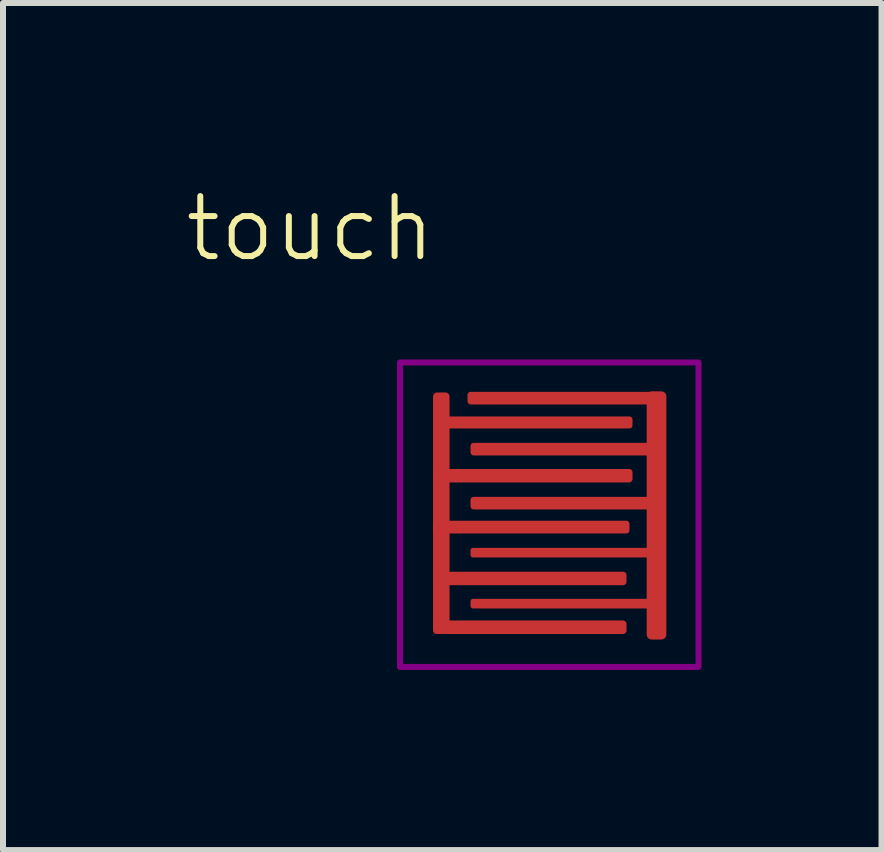
<source format=kicad_pcb>
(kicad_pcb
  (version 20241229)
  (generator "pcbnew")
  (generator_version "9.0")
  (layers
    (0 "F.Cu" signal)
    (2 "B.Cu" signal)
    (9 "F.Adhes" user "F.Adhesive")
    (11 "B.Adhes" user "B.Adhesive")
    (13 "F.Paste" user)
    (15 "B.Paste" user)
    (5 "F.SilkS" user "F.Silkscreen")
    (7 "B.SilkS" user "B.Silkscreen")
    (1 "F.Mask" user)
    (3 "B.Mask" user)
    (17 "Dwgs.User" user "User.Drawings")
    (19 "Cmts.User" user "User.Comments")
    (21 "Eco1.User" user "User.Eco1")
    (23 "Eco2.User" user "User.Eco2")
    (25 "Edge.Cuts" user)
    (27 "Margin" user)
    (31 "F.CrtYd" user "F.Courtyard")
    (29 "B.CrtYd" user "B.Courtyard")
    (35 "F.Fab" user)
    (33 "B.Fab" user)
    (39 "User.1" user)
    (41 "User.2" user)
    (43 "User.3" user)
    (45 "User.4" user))
  (footprint "touch"
    (layer "F.Cu")
    (at 6.191 5.54)
    (property "Reference" "touch" (at -4.07 -4.78 0) (unlocked yes) (layer "F.SilkS") (effects (font (size 1 1) (thickness 0.1))))
    (attr smd)
    (fp_rect (start -2.575 -2.55) (end 2.4 2.525) (stroke (width 0.1) (type default)) (fill no) (layer "F.Adhes"))
    (pad "1" smd roundrect (at 0.107 -1.955) (size 3.114 0.21) (layers "F.Cu" "F.Mask" "F.Paste") (roundrect_rratio 0.25))
    (pad "1" smd roundrect (at 0.15 -1.105) (size 3.1 0.21) (layers "F.Cu" "F.Mask" "F.Paste") (roundrect_rratio 0.25))
    (pad "1" smd roundrect (at 0.15 -0.205) (size 3.1 0.21) (layers "F.Cu" "F.Mask" "F.Paste") (roundrect_rratio 0.25))
    (pad "1" smd roundrect (at 0.15 0.62) (size 3.1 0.16) (layers "F.Cu" "F.Mask" "F.Paste") (roundrect_rratio 0.25))
    (pad "1" smd roundrect (at 0.15 1.47) (size 3.1 0.16) (layers "F.Cu" "F.Mask" "F.Paste") (roundrect_rratio 0.25))
    (pad "1" smd roundrect (at 1.7 0 90) (size 4.136 0.328) (layers "F.Cu" "F.Mask" "F.Paste") (roundrect_rratio 0.25))
    (pad "2" smd roundrect (at -1.887 -0.05 90) (size 4 0.275) (layers "F.Cu" "F.Mask" "F.Paste") (roundrect_rratio 0.25))
    (pad "2" smd roundrect (at -0.412 1.863) (size 3.225 0.225) (layers "F.Cu" "F.Mask" "F.Paste") (roundrect_rratio 0.25))
    (pad "2" smd roundrect (at -0.406 1.05) (size 3.212 0.225) (layers "F.Cu" "F.Mask" "F.Paste") (roundrect_rratio 0.25))
    (pad "2" smd roundrect (at -0.388 0.194) (size 3.275 0.212) (layers "F.Cu" "F.Mask" "F.Paste") (roundrect_rratio 0.25))
    (pad "2" smd roundrect (at -0.362 -0.662) (size 3.325 0.225) (layers "F.Cu" "F.Mask" "F.Paste") (roundrect_rratio 0.25))
    (pad "2" smd roundrect (at -0.35 -1.55) (size 3.3 0.2) (layers "F.Cu" "F.Mask" "F.Paste") (roundrect_rratio 0.25)))
  (gr_rect
    (start -3 -3)
    (end 11.641 11.116)
    (stroke (width 0.1) (type default))
    (fill no)
    (layer "Edge.Cuts")))
</source>
